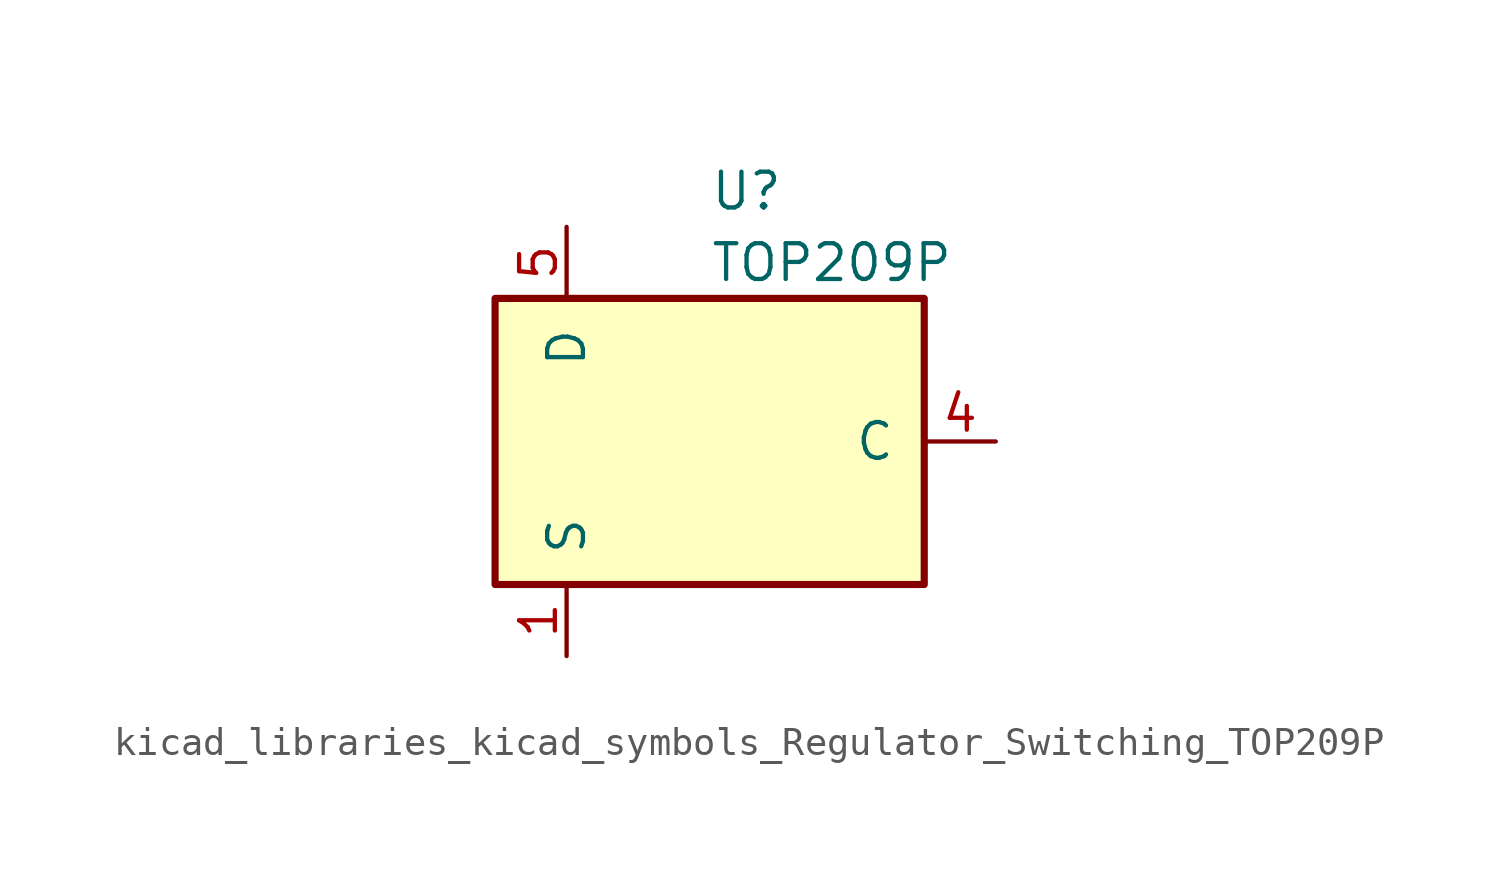
<source format=kicad_sym>
(kicad_symbol_lib
  (version 20220914)
  (generator kicad_symbol_editor)
  (symbol "kicad_libraries_kicad_symbols_Regulator_Switching_TOP209P"
    (pin_names
      (offset 1.016))
    (property "Reference" "U"
      (at 0 8.89 0)
      (effects (font (size 1.27 1.27)) (justify left)))
    (property "Value" "TOP209P"
      (at 0 6.35 0)
      (effects (font (size 1.27 1.27)) (justify left)))
    (symbol "kicad_libraries_kicad_symbols_Regulator_Switching_TOP209P_0_1"
      (rectangle (start -7.62 5.08) (end 7.62 -5.08) (stroke (width 0.254) (type default)) (fill (type background))))
    (symbol "kicad_libraries_kicad_symbols_Regulator_Switching_TOP209P_1_1"
      (pin power_in line (at -5.08 -7.62 90) (length 2.54) (name "S" (effects (font (size 1.27 1.27)))) (number "1" (effects (font (size 1.27 1.27)))))
      (pin no_connect line (at -2.54 -5.08 90) (length 2.54) hide (name "NC" (effects (font (size 1.27 1.27)))) (number "2" (effects (font (size 1.27 1.27)))))
      (pin no_connect line (at 0 -5.08 90) (length 2.54) hide (name "NC" (effects (font (size 1.27 1.27)))) (number "3" (effects (font (size 1.27 1.27)))))
      (pin input line (at 10.16 0 180) (length 2.54) (name "C" (effects (font (size 1.27 1.27)))) (number "4" (effects (font (size 1.27 1.27)))))
      (pin open_collector line (at -5.08 7.62 270) (length 2.54) (name "D" (effects (font (size 1.27 1.27)))) (number "5" (effects (font (size 1.27 1.27)))))
      (pin no_connect line (at 2.54 -5.08 90) (length 2.54) hide (name "NC" (effects (font (size 1.27 1.27)))) (number "6" (effects (font (size 1.27 1.27)))))
      (pin no_connect line (at 5.08 -5.08 90) (length 2.54) hide (name "NC" (effects (font (size 1.27 1.27)))) (number "7" (effects (font (size 1.27 1.27)))))
      (pin passive line (at -5.08 -7.62 90) (length 2.54) hide (name "S" (effects (font (size 1.27 1.27)))) (number "8" (effects (font (size 1.27 1.27))))))))
</source>
